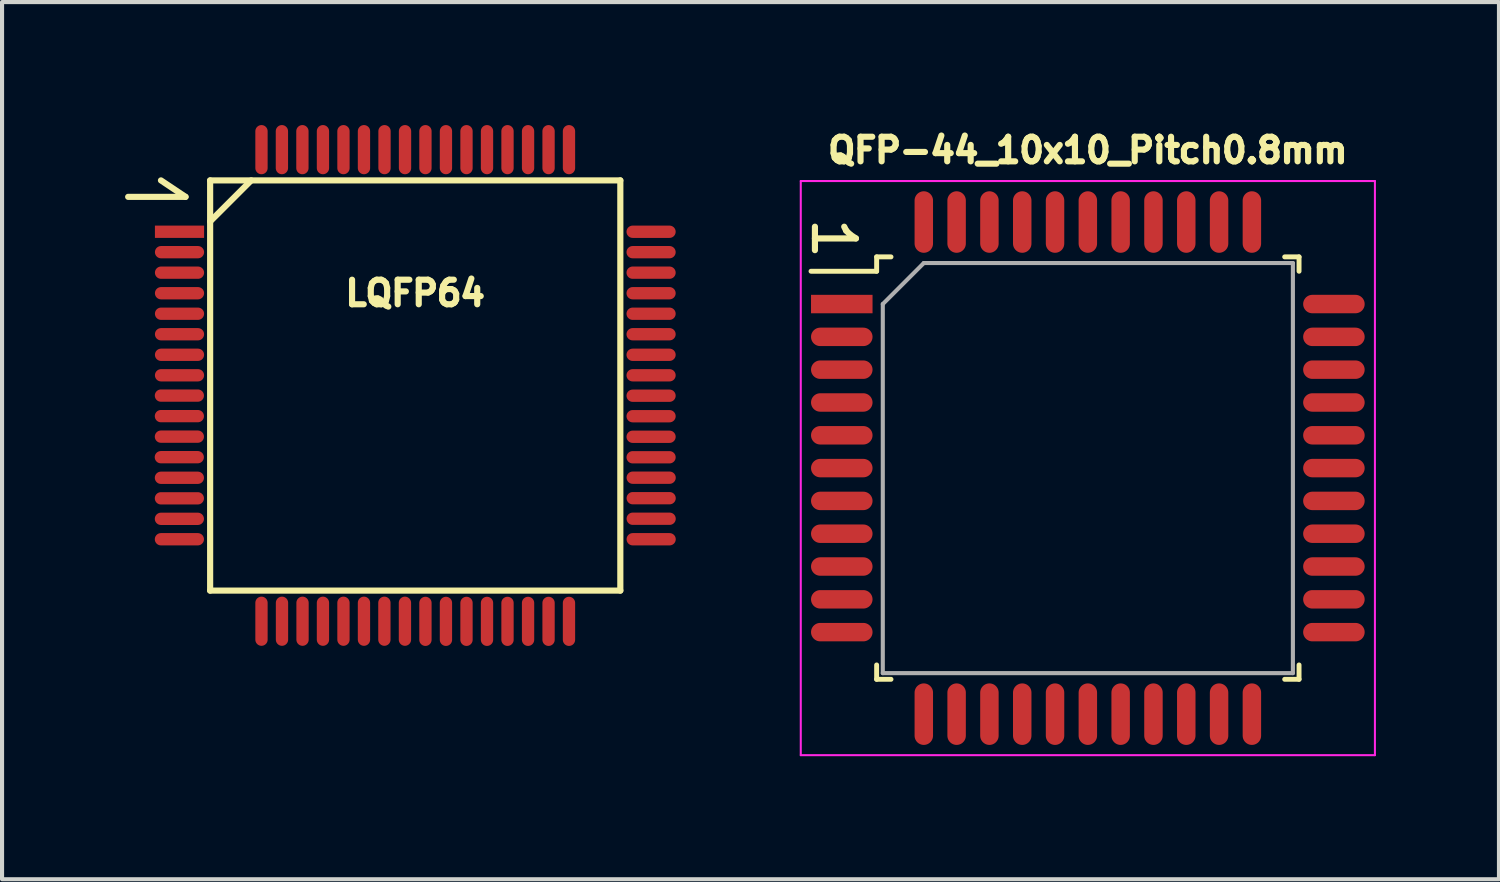
<source format=kicad_pcb>
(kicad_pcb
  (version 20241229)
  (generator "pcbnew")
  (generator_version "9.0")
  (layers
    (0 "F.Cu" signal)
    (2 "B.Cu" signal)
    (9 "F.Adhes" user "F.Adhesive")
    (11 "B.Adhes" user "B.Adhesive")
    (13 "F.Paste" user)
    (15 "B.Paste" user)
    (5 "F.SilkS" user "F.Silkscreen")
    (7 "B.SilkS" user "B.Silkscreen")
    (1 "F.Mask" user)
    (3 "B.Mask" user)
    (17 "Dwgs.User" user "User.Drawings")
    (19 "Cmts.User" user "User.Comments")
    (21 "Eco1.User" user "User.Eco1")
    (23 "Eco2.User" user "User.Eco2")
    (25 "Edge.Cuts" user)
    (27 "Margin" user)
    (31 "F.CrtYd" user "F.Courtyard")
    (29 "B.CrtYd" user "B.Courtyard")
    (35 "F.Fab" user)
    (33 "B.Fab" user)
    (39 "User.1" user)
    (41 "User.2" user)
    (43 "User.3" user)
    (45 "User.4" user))
  (footprint "LQFP64"
    (layer "F.Cu")
    (at 7.075 6.35)
    (property "Reference" "LQFP64" (at 0 -2.25 0) (layer "F.SilkS") (effects (font (size 0.599 0.599) (thickness 0.15))))
    (attr through_hole)
    (fp_line (start -7 -4.6) (end -5.601 -4.6) (stroke (width 0.15) (type solid)) (layer "F.SilkS"))
    (fp_line (start -5.601 -4.6) (end -6.2 -5.001) (stroke (width 0.15) (type solid)) (layer "F.SilkS"))
    (fp_line (start -5.001 -5.001) (end 5.001 -5.001) (stroke (width 0.15) (type solid)) (layer "F.SilkS"))
    (fp_line (start -5.001 -4) (end -4 -5.001) (stroke (width 0.15) (type solid)) (layer "F.SilkS"))
    (fp_line (start -5.001 5.001) (end -5.001 -5.001) (stroke (width 0.15) (type solid)) (layer "F.SilkS"))
    (fp_line (start 5.001 -5.001) (end 5.001 5.001) (stroke (width 0.15) (type solid)) (layer "F.SilkS"))
    (fp_line (start 5.001 5.001) (end -5.001 5.001) (stroke (width 0.15) (type solid)) (layer "F.SilkS"))
    (pad "1" smd rect (at -5.748 -3.749) (size 1.199 0.3) (layers "F.Cu" "F.Mask" "F.Paste"))
    (pad "2" smd oval (at -5.748 -3.251) (size 1.199 0.3) (layers "F.Cu" "F.Mask" "F.Paste"))
    (pad "3" smd oval (at -5.748 -2.751) (size 1.199 0.3) (layers "F.Cu" "F.Mask" "F.Paste"))
    (pad "4" smd oval (at -5.748 -2.25) (size 1.199 0.3) (layers "F.Cu" "F.Mask" "F.Paste"))
    (pad "5" smd oval (at -5.748 -1.75) (size 1.199 0.3) (layers "F.Cu" "F.Mask" "F.Paste"))
    (pad "6" smd oval (at -5.748 -1.25) (size 1.199 0.3) (layers "F.Cu" "F.Mask" "F.Paste"))
    (pad "7" smd oval (at -5.748 -0.749) (size 1.199 0.3) (layers "F.Cu" "F.Mask" "F.Paste"))
    (pad "8" smd oval (at -5.748 -0.249) (size 1.199 0.3) (layers "F.Cu" "F.Mask" "F.Paste"))
    (pad "9" smd oval (at -5.751 0.246) (size 1.199 0.3) (layers "F.Cu" "F.Mask" "F.Paste"))
    (pad "10" smd oval (at -5.751 0.747) (size 1.199 0.3) (layers "F.Cu" "F.Mask" "F.Paste"))
    (pad "11" smd oval (at -5.751 1.247) (size 1.199 0.3) (layers "F.Cu" "F.Mask" "F.Paste"))
    (pad "12" smd oval (at -5.753 1.748) (size 1.199 0.3) (layers "F.Cu" "F.Mask" "F.Paste"))
    (pad "13" smd oval (at -5.751 2.25) (size 1.199 0.3) (layers "F.Cu" "F.Mask" "F.Paste"))
    (pad "14" smd oval (at -5.751 2.751) (size 1.199 0.3) (layers "F.Cu" "F.Mask" "F.Paste"))
    (pad "15" smd oval (at -5.751 3.251) (size 1.199 0.3) (layers "F.Cu" "F.Mask" "F.Paste"))
    (pad "16" smd oval (at -5.751 3.749) (size 1.199 0.3) (layers "F.Cu" "F.Mask" "F.Paste"))
    (pad "17" smd oval (at -3.749 5.748 90) (size 1.199 0.3) (layers "F.Cu" "F.Mask" "F.Paste"))
    (pad "18" smd oval (at -3.249 5.748 90) (size 1.199 0.3) (layers "F.Cu" "F.Mask" "F.Paste"))
    (pad "19" smd oval (at -2.748 5.748 90) (size 1.199 0.3) (layers "F.Cu" "F.Mask" "F.Paste"))
    (pad "20" smd oval (at -2.25 5.748 90) (size 1.199 0.3) (layers "F.Cu" "F.Mask" "F.Paste"))
    (pad "21" smd oval (at -1.75 5.748 90) (size 1.199 0.3) (layers "F.Cu" "F.Mask" "F.Paste"))
    (pad "22" smd oval (at -1.25 5.748 90) (size 1.199 0.3) (layers "F.Cu" "F.Mask" "F.Paste"))
    (pad "23" smd oval (at -0.752 5.748 90) (size 1.199 0.3) (layers "F.Cu" "F.Mask" "F.Paste"))
    (pad "24" smd oval (at -0.251 5.748 90) (size 1.199 0.3) (layers "F.Cu" "F.Mask" "F.Paste"))
    (pad "25" smd oval (at 0.249 5.751 90) (size 1.199 0.3) (layers "F.Cu" "F.Mask" "F.Paste"))
    (pad "26" smd oval (at 0.749 5.751 90) (size 1.199 0.3) (layers "F.Cu" "F.Mask" "F.Paste"))
    (pad "27" smd oval (at 1.25 5.751 90) (size 1.199 0.3) (layers "F.Cu" "F.Mask" "F.Paste"))
    (pad "28" smd oval (at 1.75 5.751 90) (size 1.199 0.3) (layers "F.Cu" "F.Mask" "F.Paste"))
    (pad "29" smd oval (at 2.25 5.751 90) (size 1.199 0.3) (layers "F.Cu" "F.Mask" "F.Paste"))
    (pad "30" smd oval (at 2.751 5.751 90) (size 1.199 0.3) (layers "F.Cu" "F.Mask" "F.Paste"))
    (pad "31" smd oval (at 3.251 5.751 90) (size 1.199 0.3) (layers "F.Cu" "F.Mask" "F.Paste"))
    (pad "32" smd oval (at 3.749 5.751 90) (size 1.199 0.3) (layers "F.Cu" "F.Mask" "F.Paste"))
    (pad "33" smd oval (at 5.753 3.749) (size 1.199 0.3) (layers "F.Cu" "F.Mask" "F.Paste"))
    (pad "34" smd oval (at 5.753 3.249) (size 1.199 0.3) (layers "F.Cu" "F.Mask" "F.Paste"))
    (pad "35" smd oval (at 5.753 2.748) (size 1.199 0.3) (layers "F.Cu" "F.Mask" "F.Paste"))
    (pad "36" smd oval (at 5.753 2.248) (size 1.199 0.3) (layers "F.Cu" "F.Mask" "F.Paste"))
    (pad "37" smd oval (at 5.751 1.75) (size 1.199 0.3) (layers "F.Cu" "F.Mask" "F.Paste"))
    (pad "38" smd oval (at 5.751 1.25) (size 1.199 0.3) (layers "F.Cu" "F.Mask" "F.Paste"))
    (pad "39" smd oval (at 5.751 0.749) (size 1.199 0.3) (layers "F.Cu" "F.Mask" "F.Paste"))
    (pad "40" smd oval (at 5.751 0.249) (size 1.199 0.3) (layers "F.Cu" "F.Mask" "F.Paste"))
    (pad "41" smd oval (at 5.751 -0.249) (size 1.199 0.3) (layers "F.Cu" "F.Mask" "F.Paste"))
    (pad "42" smd oval (at 5.751 -0.749) (size 1.199 0.3) (layers "F.Cu" "F.Mask" "F.Paste"))
    (pad "43" smd oval (at 5.751 -1.25) (size 1.199 0.3) (layers "F.Cu" "F.Mask" "F.Paste"))
    (pad "44" smd oval (at 5.751 -1.75) (size 1.199 0.3) (layers "F.Cu" "F.Mask" "F.Paste"))
    (pad "45" smd oval (at 5.751 -2.25) (size 1.199 0.3) (layers "F.Cu" "F.Mask" "F.Paste"))
    (pad "46" smd oval (at 5.751 -2.751) (size 1.199 0.3) (layers "F.Cu" "F.Mask" "F.Paste"))
    (pad "47" smd oval (at 5.751 -3.251) (size 1.199 0.3) (layers "F.Cu" "F.Mask" "F.Paste"))
    (pad "48" smd oval (at 5.751 -3.749) (size 1.199 0.3) (layers "F.Cu" "F.Mask" "F.Paste"))
    (pad "49" smd oval (at 3.749 -5.751 90) (size 1.199 0.3) (layers "F.Cu" "F.Mask" "F.Paste"))
    (pad "50" smd oval (at 3.251 -5.751 90) (size 1.199 0.3) (layers "F.Cu" "F.Mask" "F.Paste"))
    (pad "51" smd oval (at 2.751 -5.751 90) (size 1.199 0.3) (layers "F.Cu" "F.Mask" "F.Paste"))
    (pad "52" smd oval (at 2.25 -5.751 90) (size 1.199 0.3) (layers "F.Cu" "F.Mask" "F.Paste"))
    (pad "53" smd oval (at 1.75 -5.751 90) (size 1.199 0.3) (layers "F.Cu" "F.Mask" "F.Paste"))
    (pad "54" smd oval (at 1.25 -5.751 90) (size 1.199 0.3) (layers "F.Cu" "F.Mask" "F.Paste"))
    (pad "55" smd oval (at 0.749 -5.751 90) (size 1.199 0.3) (layers "F.Cu" "F.Mask" "F.Paste"))
    (pad "56" smd oval (at 0.249 -5.751 90) (size 1.199 0.3) (layers "F.Cu" "F.Mask" "F.Paste"))
    (pad "57" smd oval (at -0.249 -5.751 90) (size 1.199 0.3) (layers "F.Cu" "F.Mask" "F.Paste"))
    (pad "58" smd oval (at -0.749 -5.751 90) (size 1.199 0.3) (layers "F.Cu" "F.Mask" "F.Paste"))
    (pad "59" smd oval (at -1.25 -5.751 90) (size 1.199 0.3) (layers "F.Cu" "F.Mask" "F.Paste"))
    (pad "60" smd oval (at -1.75 -5.751 90) (size 1.199 0.3) (layers "F.Cu" "F.Mask" "F.Paste"))
    (pad "61" smd oval (at -2.25 -5.751 90) (size 1.199 0.3) (layers "F.Cu" "F.Mask" "F.Paste"))
    (pad "62" smd oval (at -2.751 -5.751 90) (size 1.199 0.3) (layers "F.Cu" "F.Mask" "F.Paste"))
    (pad "63" smd oval (at -3.251 -5.751 90) (size 1.199 0.3) (layers "F.Cu" "F.Mask" "F.Paste"))
    (pad "64" smd oval (at -3.749 -5.751 90) (size 1.199 0.3) (layers "F.Cu" "F.Mask" "F.Paste")))
  (footprint "QFP-44_10x10_Pitch0.8mm"
    (layer "F.Cu")
    (at 23.476 8.364)
    (property "Reference" "QFP-44_10x10_Pitch0.8mm" (at 0 -7.75 0) (layer "F.SilkS") (effects (font (size 0.6 0.6) (thickness 0.15))))
    (attr smd)
    (fp_line (start -5.15 -5.15) (end -5.15 -4.8) (stroke (width 0.12) (type solid)) (layer "F.SilkS"))
    (fp_line (start -5.15 -4.8) (end -6.75 -4.8) (stroke (width 0.12) (type solid)) (layer "F.SilkS"))
    (fp_line (start -5.15 5.15) (end -5.15 4.8) (stroke (width 0.12) (type solid)) (layer "F.SilkS"))
    (fp_line (start -4.8 -5.15) (end -5.15 -5.15) (stroke (width 0.12) (type solid)) (layer "F.SilkS"))
    (fp_line (start -4.8 5.15) (end -5.15 5.15) (stroke (width 0.12) (type solid)) (layer "F.SilkS"))
    (fp_line (start 4.8 -5.15) (end 5.15 -5.15) (stroke (width 0.12) (type solid)) (layer "F.SilkS"))
    (fp_line (start 4.8 5.15) (end 5.15 5.15) (stroke (width 0.12) (type solid)) (layer "F.SilkS"))
    (fp_line (start 5.15 -5.15) (end 5.15 -4.8) (stroke (width 0.12) (type solid)) (layer "F.SilkS"))
    (fp_line (start 5.15 5.15) (end 5.15 4.8) (stroke (width 0.12) (type solid)) (layer "F.SilkS"))
    (fp_line (start -7 -7) (end 7 -7) (stroke (width 0.05) (type solid)) (layer "F.CrtYd"))
    (fp_line (start -7 7) (end -7 -7) (stroke (width 0.05) (type solid)) (layer "F.CrtYd"))
    (fp_line (start 7 -7) (end 7 7) (stroke (width 0.05) (type solid)) (layer "F.CrtYd"))
    (fp_line (start 7 7) (end -7 7) (stroke (width 0.05) (type solid)) (layer "F.CrtYd"))
    (fp_line (start -5 -4) (end -5 5) (stroke (width 0.1) (type solid)) (layer "F.Fab"))
    (fp_line (start -5 5) (end 5 5) (stroke (width 0.1) (type solid)) (layer "F.Fab"))
    (fp_line (start -4 -5) (end -5 -4) (stroke (width 0.1) (type solid)) (layer "F.Fab"))
    (fp_line (start 5 -5) (end -4 -5) (stroke (width 0.1) (type solid)) (layer "F.Fab"))
    (fp_line (start 5 5) (end 5 -5) (stroke (width 0.1) (type solid)) (layer "F.Fab"))
    (fp_text user "1" (at -6.2 -5.6 270) (unlocked yes) (layer "F.SilkS") (effects (font (size 1 1) (thickness 0.15))))
    (pad "1" smd rect (at -6 -4 90) (size 0.45 1.5) (layers "F.Cu" "F.Mask" "F.Paste"))
    (pad "2" smd oval (at -6 -3.2 90) (size 0.45 1.5) (layers "F.Cu" "F.Mask" "F.Paste"))
    (pad "3" smd oval (at -6 -2.4 90) (size 0.45 1.5) (layers "F.Cu" "F.Mask" "F.Paste"))
    (pad "4" smd oval (at -6 -1.6 90) (size 0.45 1.5) (layers "F.Cu" "F.Mask" "F.Paste"))
    (pad "5" smd oval (at -6 -0.8 90) (size 0.45 1.5) (layers "F.Cu" "F.Mask" "F.Paste"))
    (pad "6" smd oval (at -6 0 90) (size 0.45 1.5) (layers "F.Cu" "F.Mask" "F.Paste"))
    (pad "7" smd oval (at -6 0.8 90) (size 0.45 1.5) (layers "F.Cu" "F.Mask" "F.Paste"))
    (pad "8" smd oval (at -6 1.6 90) (size 0.45 1.5) (layers "F.Cu" "F.Mask" "F.Paste"))
    (pad "9" smd oval (at -6 2.4 90) (size 0.45 1.5) (layers "F.Cu" "F.Mask" "F.Paste"))
    (pad "10" smd oval (at -6 3.2 90) (size 0.45 1.5) (layers "F.Cu" "F.Mask" "F.Paste"))
    (pad "11" smd oval (at -6 4 90) (size 0.45 1.5) (layers "F.Cu" "F.Mask" "F.Paste"))
    (pad "12" smd oval (at -4 6) (size 0.45 1.5) (layers "F.Cu" "F.Mask" "F.Paste"))
    (pad "13" smd oval (at -3.2 6) (size 0.45 1.5) (layers "F.Cu" "F.Mask" "F.Paste"))
    (pad "14" smd oval (at -2.4 6) (size 0.45 1.5) (layers "F.Cu" "F.Mask" "F.Paste"))
    (pad "15" smd oval (at -1.6 6) (size 0.45 1.5) (layers "F.Cu" "F.Mask" "F.Paste"))
    (pad "16" smd oval (at -0.8 6) (size 0.45 1.5) (layers "F.Cu" "F.Mask" "F.Paste"))
    (pad "17" smd oval (at 0 6) (size 0.45 1.5) (layers "F.Cu" "F.Mask" "F.Paste"))
    (pad "18" smd oval (at 0.8 6) (size 0.45 1.5) (layers "F.Cu" "F.Mask" "F.Paste"))
    (pad "19" smd oval (at 1.6 6) (size 0.45 1.5) (layers "F.Cu" "F.Mask" "F.Paste"))
    (pad "20" smd oval (at 2.4 6) (size 0.45 1.5) (layers "F.Cu" "F.Mask" "F.Paste"))
    (pad "21" smd oval (at 3.2 6) (size 0.45 1.5) (layers "F.Cu" "F.Mask" "F.Paste"))
    (pad "22" smd oval (at 4 6) (size 0.45 1.5) (layers "F.Cu" "F.Mask" "F.Paste"))
    (pad "23" smd oval (at 6 4 90) (size 0.45 1.5) (layers "F.Cu" "F.Mask" "F.Paste"))
    (pad "24" smd oval (at 6 3.2 90) (size 0.45 1.5) (layers "F.Cu" "F.Mask" "F.Paste"))
    (pad "25" smd oval (at 6 2.4 90) (size 0.45 1.5) (layers "F.Cu" "F.Mask" "F.Paste"))
    (pad "26" smd oval (at 6 1.6 90) (size 0.45 1.5) (layers "F.Cu" "F.Mask" "F.Paste"))
    (pad "27" smd oval (at 6 0.8 90) (size 0.45 1.5) (layers "F.Cu" "F.Mask" "F.Paste"))
    (pad "28" smd oval (at 6 0 90) (size 0.45 1.5) (layers "F.Cu" "F.Mask" "F.Paste"))
    (pad "29" smd oval (at 6 -0.8 90) (size 0.45 1.5) (layers "F.Cu" "F.Mask" "F.Paste"))
    (pad "30" smd oval (at 6 -1.6 90) (size 0.45 1.5) (layers "F.Cu" "F.Mask" "F.Paste"))
    (pad "31" smd oval (at 6 -2.4 90) (size 0.45 1.5) (layers "F.Cu" "F.Mask" "F.Paste"))
    (pad "32" smd oval (at 6 -3.2 90) (size 0.45 1.5) (layers "F.Cu" "F.Mask" "F.Paste"))
    (pad "33" smd oval (at 6 -4 90) (size 0.45 1.5) (layers "F.Cu" "F.Mask" "F.Paste"))
    (pad "34" smd oval (at 4 -6) (size 0.45 1.5) (layers "F.Cu" "F.Mask" "F.Paste"))
    (pad "35" smd oval (at 3.2 -6) (size 0.45 1.5) (layers "F.Cu" "F.Mask" "F.Paste"))
    (pad "36" smd oval (at 2.4 -6) (size 0.45 1.5) (layers "F.Cu" "F.Mask" "F.Paste"))
    (pad "37" smd oval (at 1.6 -6) (size 0.45 1.5) (layers "F.Cu" "F.Mask" "F.Paste"))
    (pad "38" smd oval (at 0.8 -6) (size 0.45 1.5) (layers "F.Cu" "F.Mask" "F.Paste"))
    (pad "39" smd oval (at 0 -6) (size 0.45 1.5) (layers "F.Cu" "F.Mask" "F.Paste"))
    (pad "40" smd oval (at -0.8 -6) (size 0.45 1.5) (layers "F.Cu" "F.Mask" "F.Paste"))
    (pad "41" smd oval (at -1.6 -6) (size 0.45 1.5) (layers "F.Cu" "F.Mask" "F.Paste"))
    (pad "42" smd oval (at -2.4 -6) (size 0.45 1.5) (layers "F.Cu" "F.Mask" "F.Paste"))
    (pad "43" smd oval (at -3.2 -6) (size 0.45 1.5) (layers "F.Cu" "F.Mask" "F.Paste"))
    (pad "44" smd oval (at -4 -6) (size 0.45 1.5) (layers "F.Cu" "F.Mask" "F.Paste")))
  (gr_rect
    (start -3 -3)
    (end 33.501 18.389)
    (stroke (width 0.1) (type default))
    (fill no)
    (layer "Edge.Cuts")))
</source>
